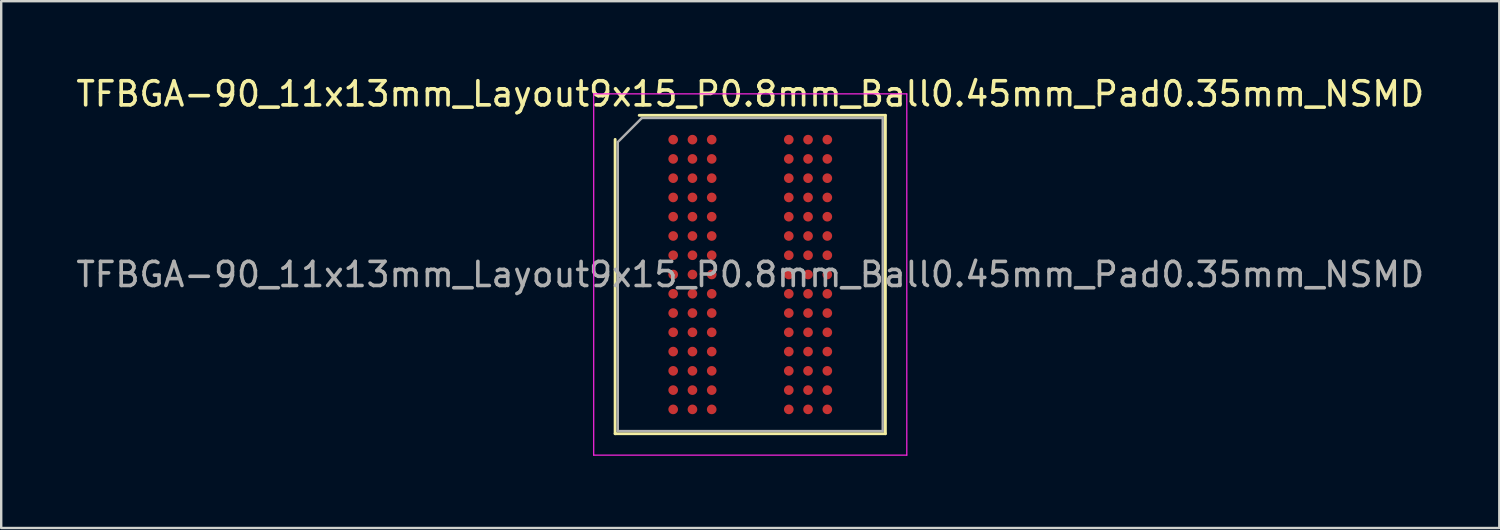
<source format=kicad_pcb>
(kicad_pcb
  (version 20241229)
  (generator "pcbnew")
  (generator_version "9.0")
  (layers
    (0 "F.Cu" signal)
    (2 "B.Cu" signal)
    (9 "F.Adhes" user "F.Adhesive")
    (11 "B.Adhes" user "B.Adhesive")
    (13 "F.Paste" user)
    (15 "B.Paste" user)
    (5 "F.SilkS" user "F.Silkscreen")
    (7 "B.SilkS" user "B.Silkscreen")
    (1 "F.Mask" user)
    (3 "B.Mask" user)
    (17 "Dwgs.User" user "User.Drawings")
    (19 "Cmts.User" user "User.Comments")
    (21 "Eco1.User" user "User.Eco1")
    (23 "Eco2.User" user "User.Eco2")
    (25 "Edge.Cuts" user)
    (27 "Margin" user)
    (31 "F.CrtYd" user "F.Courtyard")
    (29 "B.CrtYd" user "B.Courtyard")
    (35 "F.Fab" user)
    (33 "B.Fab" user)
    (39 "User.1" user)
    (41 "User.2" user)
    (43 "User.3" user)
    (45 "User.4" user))
  (footprint "TFBGA-90_11x13mm_Layout9x15_P0.8mm_Ball0.45mm_Pad0.35mm_NSMD"
    (layer "F.Cu")
    (at 28.101 8.348)
    (property "Reference" "TFBGA-90_11x13mm_Layout9x15_P0.8mm_Ball0.45mm_Pad0.35mm_NSMD" (at 0 -7.5 0) (layer "F.SilkS") (effects (font (size 1 1) (thickness 0.15))))
    (attr smd)
    (fp_line (start -5.61 6.61) (end -5.61 -5.61) (stroke (width 0.12) (type solid)) (layer "F.SilkS"))
    (fp_line (start -4.61 -6.61) (end 5.61 -6.61) (stroke (width 0.12) (type solid)) (layer "F.SilkS"))
    (fp_line (start 5.61 -6.61) (end 5.61 6.61) (stroke (width 0.12) (type solid)) (layer "F.SilkS"))
    (fp_line (start 5.61 6.61) (end -5.61 6.61) (stroke (width 0.12) (type solid)) (layer "F.SilkS"))
    (fp_line (start -6.5 -7.5) (end -6.5 7.5) (stroke (width 0.05) (type solid)) (layer "F.CrtYd"))
    (fp_line (start -6.5 7.5) (end 6.5 7.5) (stroke (width 0.05) (type solid)) (layer "F.CrtYd"))
    (fp_line (start 6.5 -7.5) (end -6.5 -7.5) (stroke (width 0.05) (type solid)) (layer "F.CrtYd"))
    (fp_line (start 6.5 7.5) (end 6.5 -7.5) (stroke (width 0.05) (type solid)) (layer "F.CrtYd"))
    (fp_line (start -5.5 -5.5) (end -4.5 -6.5) (stroke (width 0.1) (type solid)) (layer "F.Fab"))
    (fp_line (start -5.5 6.5) (end -5.5 -5.5) (stroke (width 0.1) (type solid)) (layer "F.Fab"))
    (fp_line (start -4.5 -6.5) (end 5.5 -6.5) (stroke (width 0.1) (type solid)) (layer "F.Fab"))
    (fp_line (start 5.5 -6.5) (end 5.5 6.5) (stroke (width 0.1) (type solid)) (layer "F.Fab"))
    (fp_line (start 5.5 6.5) (end -5.5 6.5) (stroke (width 0.1) (type solid)) (layer "F.Fab"))
    (fp_text user "${REFERENCE}" (at 0 0 0) (layer "F.Fab") (effects (font (size 1 1) (thickness 0.15))))
    (pad "A1" smd circle (at -3.2 -5.6) (size 0.4 0.4) (layers "F.Cu" "F.Mask" "F.Paste"))
    (pad "A2" smd circle (at -2.4 -5.6) (size 0.4 0.4) (layers "F.Cu" "F.Mask" "F.Paste"))
    (pad "A3" smd circle (at -1.6 -5.6) (size 0.4 0.4) (layers "F.Cu" "F.Mask" "F.Paste"))
    (pad "A7" smd circle (at 1.6 -5.6) (size 0.4 0.4) (layers "F.Cu" "F.Mask" "F.Paste"))
    (pad "A8" smd circle (at 2.4 -5.6) (size 0.4 0.4) (layers "F.Cu" "F.Mask" "F.Paste"))
    (pad "A9" smd circle (at 3.2 -5.6) (size 0.4 0.4) (layers "F.Cu" "F.Mask" "F.Paste"))
    (pad "B1" smd circle (at -3.2 -4.8) (size 0.4 0.4) (layers "F.Cu" "F.Mask" "F.Paste"))
    (pad "B2" smd circle (at -2.4 -4.8) (size 0.4 0.4) (layers "F.Cu" "F.Mask" "F.Paste"))
    (pad "B3" smd circle (at -1.6 -4.8) (size 0.4 0.4) (layers "F.Cu" "F.Mask" "F.Paste"))
    (pad "B7" smd circle (at 1.6 -4.8) (size 0.4 0.4) (layers "F.Cu" "F.Mask" "F.Paste"))
    (pad "B8" smd circle (at 2.4 -4.8) (size 0.4 0.4) (layers "F.Cu" "F.Mask" "F.Paste"))
    (pad "B9" smd circle (at 3.2 -4.8) (size 0.4 0.4) (layers "F.Cu" "F.Mask" "F.Paste"))
    (pad "C1" smd circle (at -3.2 -4) (size 0.4 0.4) (layers "F.Cu" "F.Mask" "F.Paste"))
    (pad "C2" smd circle (at -2.4 -4) (size 0.4 0.4) (layers "F.Cu" "F.Mask" "F.Paste"))
    (pad "C3" smd circle (at -1.6 -4) (size 0.4 0.4) (layers "F.Cu" "F.Mask" "F.Paste"))
    (pad "C7" smd circle (at 1.6 -4) (size 0.4 0.4) (layers "F.Cu" "F.Mask" "F.Paste"))
    (pad "C8" smd circle (at 2.4 -4) (size 0.4 0.4) (layers "F.Cu" "F.Mask" "F.Paste"))
    (pad "C9" smd circle (at 3.2 -4) (size 0.4 0.4) (layers "F.Cu" "F.Mask" "F.Paste"))
    (pad "D1" smd circle (at -3.2 -3.2) (size 0.4 0.4) (layers "F.Cu" "F.Mask" "F.Paste"))
    (pad "D2" smd circle (at -2.4 -3.2) (size 0.4 0.4) (layers "F.Cu" "F.Mask" "F.Paste"))
    (pad "D3" smd circle (at -1.6 -3.2) (size 0.4 0.4) (layers "F.Cu" "F.Mask" "F.Paste"))
    (pad "D7" smd circle (at 1.6 -3.2) (size 0.4 0.4) (layers "F.Cu" "F.Mask" "F.Paste"))
    (pad "D8" smd circle (at 2.4 -3.2) (size 0.4 0.4) (layers "F.Cu" "F.Mask" "F.Paste"))
    (pad "D9" smd circle (at 3.2 -3.2) (size 0.4 0.4) (layers "F.Cu" "F.Mask" "F.Paste"))
    (pad "E1" smd circle (at -3.2 -2.4) (size 0.4 0.4) (layers "F.Cu" "F.Mask" "F.Paste"))
    (pad "E2" smd circle (at -2.4 -2.4) (size 0.4 0.4) (layers "F.Cu" "F.Mask" "F.Paste"))
    (pad "E3" smd circle (at -1.6 -2.4) (size 0.4 0.4) (layers "F.Cu" "F.Mask" "F.Paste"))
    (pad "E7" smd circle (at 1.6 -2.4) (size 0.4 0.4) (layers "F.Cu" "F.Mask" "F.Paste"))
    (pad "E8" smd circle (at 2.4 -2.4) (size 0.4 0.4) (layers "F.Cu" "F.Mask" "F.Paste"))
    (pad "E9" smd circle (at 3.2 -2.4) (size 0.4 0.4) (layers "F.Cu" "F.Mask" "F.Paste"))
    (pad "F1" smd circle (at -3.2 -1.6) (size 0.4 0.4) (layers "F.Cu" "F.Mask" "F.Paste"))
    (pad "F2" smd circle (at -2.4 -1.6) (size 0.4 0.4) (layers "F.Cu" "F.Mask" "F.Paste"))
    (pad "F3" smd circle (at -1.6 -1.6) (size 0.4 0.4) (layers "F.Cu" "F.Mask" "F.Paste"))
    (pad "F7" smd circle (at 1.6 -1.6) (size 0.4 0.4) (layers "F.Cu" "F.Mask" "F.Paste"))
    (pad "F8" smd circle (at 2.4 -1.6) (size 0.4 0.4) (layers "F.Cu" "F.Mask" "F.Paste"))
    (pad "F9" smd circle (at 3.2 -1.6) (size 0.4 0.4) (layers "F.Cu" "F.Mask" "F.Paste"))
    (pad "G1" smd circle (at -3.2 -0.8) (size 0.4 0.4) (layers "F.Cu" "F.Mask" "F.Paste"))
    (pad "G2" smd circle (at -2.4 -0.8) (size 0.4 0.4) (layers "F.Cu" "F.Mask" "F.Paste"))
    (pad "G3" smd circle (at -1.6 -0.8) (size 0.4 0.4) (layers "F.Cu" "F.Mask" "F.Paste"))
    (pad "G7" smd circle (at 1.6 -0.8) (size 0.4 0.4) (layers "F.Cu" "F.Mask" "F.Paste"))
    (pad "G8" smd circle (at 2.4 -0.8) (size 0.4 0.4) (layers "F.Cu" "F.Mask" "F.Paste"))
    (pad "G9" smd circle (at 3.2 -0.8) (size 0.4 0.4) (layers "F.Cu" "F.Mask" "F.Paste"))
    (pad "H1" smd circle (at -3.2 0) (size 0.4 0.4) (layers "F.Cu" "F.Mask" "F.Paste"))
    (pad "H2" smd circle (at -2.4 0) (size 0.4 0.4) (layers "F.Cu" "F.Mask" "F.Paste"))
    (pad "H3" smd circle (at -1.6 0) (size 0.4 0.4) (layers "F.Cu" "F.Mask" "F.Paste"))
    (pad "H7" smd circle (at 1.6 0) (size 0.4 0.4) (layers "F.Cu" "F.Mask" "F.Paste"))
    (pad "H8" smd circle (at 2.4 0) (size 0.4 0.4) (layers "F.Cu" "F.Mask" "F.Paste"))
    (pad "H9" smd circle (at 3.2 0) (size 0.4 0.4) (layers "F.Cu" "F.Mask" "F.Paste"))
    (pad "J1" smd circle (at -3.2 0.8) (size 0.4 0.4) (layers "F.Cu" "F.Mask" "F.Paste"))
    (pad "J2" smd circle (at -2.4 0.8) (size 0.4 0.4) (layers "F.Cu" "F.Mask" "F.Paste"))
    (pad "J3" smd circle (at -1.6 0.8) (size 0.4 0.4) (layers "F.Cu" "F.Mask" "F.Paste"))
    (pad "J7" smd circle (at 1.6 0.8) (size 0.4 0.4) (layers "F.Cu" "F.Mask" "F.Paste"))
    (pad "J8" smd circle (at 2.4 0.8) (size 0.4 0.4) (layers "F.Cu" "F.Mask" "F.Paste"))
    (pad "J9" smd circle (at 3.2 0.8) (size 0.4 0.4) (layers "F.Cu" "F.Mask" "F.Paste"))
    (pad "K1" smd circle (at -3.2 1.6) (size 0.4 0.4) (layers "F.Cu" "F.Mask" "F.Paste"))
    (pad "K2" smd circle (at -2.4 1.6) (size 0.4 0.4) (layers "F.Cu" "F.Mask" "F.Paste"))
    (pad "K3" smd circle (at -1.6 1.6) (size 0.4 0.4) (layers "F.Cu" "F.Mask" "F.Paste"))
    (pad "K7" smd circle (at 1.6 1.6) (size 0.4 0.4) (layers "F.Cu" "F.Mask" "F.Paste"))
    (pad "K8" smd circle (at 2.4 1.6) (size 0.4 0.4) (layers "F.Cu" "F.Mask" "F.Paste"))
    (pad "K9" smd circle (at 3.2 1.6) (size 0.4 0.4) (layers "F.Cu" "F.Mask" "F.Paste"))
    (pad "L1" smd circle (at -3.2 2.4) (size 0.4 0.4) (layers "F.Cu" "F.Mask" "F.Paste"))
    (pad "L2" smd circle (at -2.4 2.4) (size 0.4 0.4) (layers "F.Cu" "F.Mask" "F.Paste"))
    (pad "L3" smd circle (at -1.6 2.4) (size 0.4 0.4) (layers "F.Cu" "F.Mask" "F.Paste"))
    (pad "L7" smd circle (at 1.6 2.4) (size 0.4 0.4) (layers "F.Cu" "F.Mask" "F.Paste"))
    (pad "L8" smd circle (at 2.4 2.4) (size 0.4 0.4) (layers "F.Cu" "F.Mask" "F.Paste"))
    (pad "L9" smd circle (at 3.2 2.4) (size 0.4 0.4) (layers "F.Cu" "F.Mask" "F.Paste"))
    (pad "M1" smd circle (at -3.2 3.2) (size 0.4 0.4) (layers "F.Cu" "F.Mask" "F.Paste"))
    (pad "M2" smd circle (at -2.4 3.2) (size 0.4 0.4) (layers "F.Cu" "F.Mask" "F.Paste"))
    (pad "M3" smd circle (at -1.6 3.2) (size 0.4 0.4) (layers "F.Cu" "F.Mask" "F.Paste"))
    (pad "M7" smd circle (at 1.6 3.2) (size 0.4 0.4) (layers "F.Cu" "F.Mask" "F.Paste"))
    (pad "M8" smd circle (at 2.4 3.2) (size 0.4 0.4) (layers "F.Cu" "F.Mask" "F.Paste"))
    (pad "M9" smd circle (at 3.2 3.2) (size 0.4 0.4) (layers "F.Cu" "F.Mask" "F.Paste"))
    (pad "N1" smd circle (at -3.2 4) (size 0.4 0.4) (layers "F.Cu" "F.Mask" "F.Paste"))
    (pad "N2" smd circle (at -2.4 4) (size 0.4 0.4) (layers "F.Cu" "F.Mask" "F.Paste"))
    (pad "N3" smd circle (at -1.6 4) (size 0.4 0.4) (layers "F.Cu" "F.Mask" "F.Paste"))
    (pad "N7" smd circle (at 1.6 4) (size 0.4 0.4) (layers "F.Cu" "F.Mask" "F.Paste"))
    (pad "N8" smd circle (at 2.4 4) (size 0.4 0.4) (layers "F.Cu" "F.Mask" "F.Paste"))
    (pad "N9" smd circle (at 3.2 4) (size 0.4 0.4) (layers "F.Cu" "F.Mask" "F.Paste"))
    (pad "P1" smd circle (at -3.2 4.8) (size 0.4 0.4) (layers "F.Cu" "F.Mask" "F.Paste"))
    (pad "P2" smd circle (at -2.4 4.8) (size 0.4 0.4) (layers "F.Cu" "F.Mask" "F.Paste"))
    (pad "P3" smd circle (at -1.6 4.8) (size 0.4 0.4) (layers "F.Cu" "F.Mask" "F.Paste"))
    (pad "P7" smd circle (at 1.6 4.8) (size 0.4 0.4) (layers "F.Cu" "F.Mask" "F.Paste"))
    (pad "P8" smd circle (at 2.4 4.8) (size 0.4 0.4) (layers "F.Cu" "F.Mask" "F.Paste"))
    (pad "P9" smd circle (at 3.2 4.8) (size 0.4 0.4) (layers "F.Cu" "F.Mask" "F.Paste"))
    (pad "R1" smd circle (at -3.2 5.6) (size 0.4 0.4) (layers "F.Cu" "F.Mask" "F.Paste"))
    (pad "R2" smd circle (at -2.4 5.6) (size 0.4 0.4) (layers "F.Cu" "F.Mask" "F.Paste"))
    (pad "R3" smd circle (at -1.6 5.6) (size 0.4 0.4) (layers "F.Cu" "F.Mask" "F.Paste"))
    (pad "R7" smd circle (at 1.6 5.6) (size 0.4 0.4) (layers "F.Cu" "F.Mask" "F.Paste"))
    (pad "R8" smd circle (at 2.4 5.6) (size 0.4 0.4) (layers "F.Cu" "F.Mask" "F.Paste"))
    (pad "R9" smd circle (at 3.2 5.6) (size 0.4 0.4) (layers "F.Cu" "F.Mask" "F.Paste")))
  (gr_rect
    (start -3 -3)
    (end 59.202 18.873)
    (stroke (width 0.1) (type default))
    (fill no)
    (layer "Edge.Cuts")))
</source>
